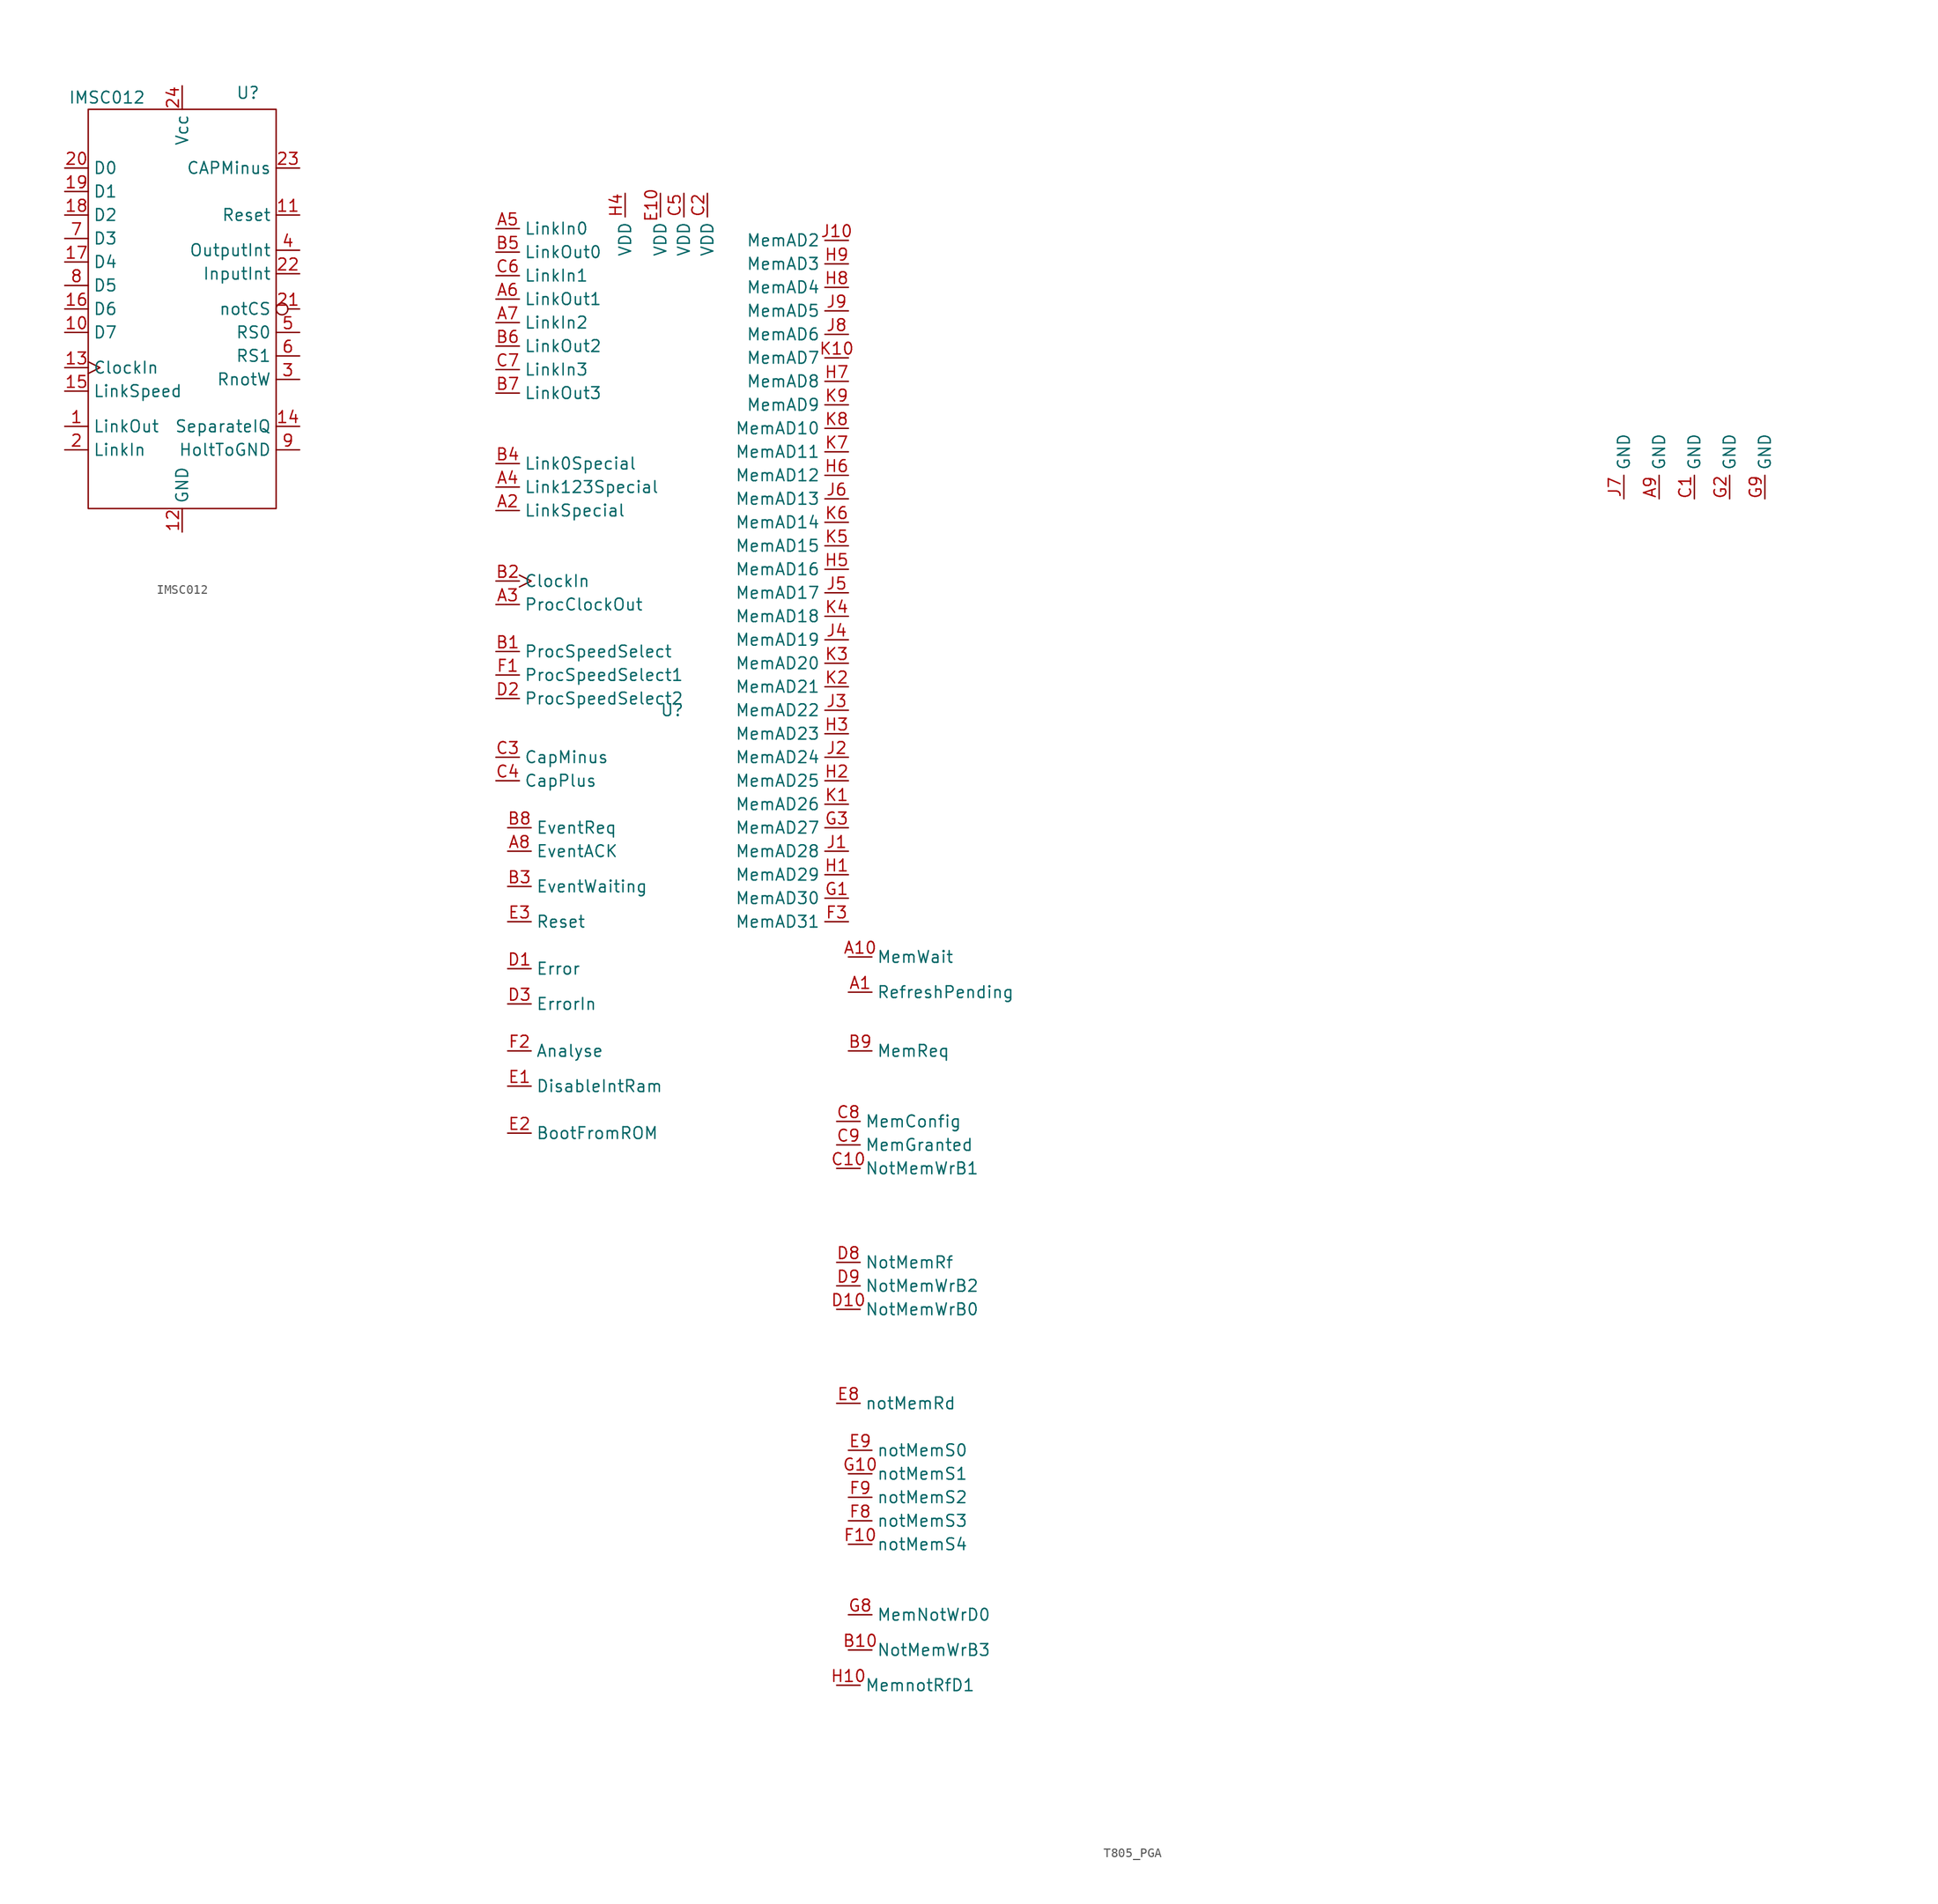
<source format=kicad_sym>
(kicad_symbol_lib
  (version 20241209)
  (generator "kicad_symbol_editor")
  (generator_version "9.0")
  (symbol "IMSC012"
    (property "Reference" "U"
      (at 7.112 23.368 0)
      (effects (font (size 1.27 1.27))))
    (property "Value" "IMSC012"
      (at -8.128 22.86 0)
      (effects (font (size 1.27 1.27))))
    (symbol "IMSC012_0_1"
      (rectangle (start -10.16 21.59) (end 10.16 -21.59) (stroke (width 0) (type default)) (fill (type none))))
    (symbol "IMSC012_1_1"
      (pin bidirectional line (at -12.7 15.24 0) (length 2.54) (name "D0" (effects (font (size 1.27 1.27)))) (number "20" (effects (font (size 1.27 1.27)))))
      (pin bidirectional line (at -12.7 12.7 0) (length 2.54) (name "D1" (effects (font (size 1.27 1.27)))) (number "19" (effects (font (size 1.27 1.27)))))
      (pin bidirectional line (at -12.7 10.16 0) (length 2.54) (name "D2" (effects (font (size 1.27 1.27)))) (number "18" (effects (font (size 1.27 1.27)))))
      (pin bidirectional line (at -12.7 7.62 0) (length 2.54) (name "D3" (effects (font (size 1.27 1.27)))) (number "7" (effects (font (size 1.27 1.27)))))
      (pin bidirectional line (at -12.7 5.08 0) (length 2.54) (name "D4" (effects (font (size 1.27 1.27)))) (number "17" (effects (font (size 1.27 1.27)))))
      (pin bidirectional line (at -12.7 2.54 0) (length 2.54) (name "D5" (effects (font (size 1.27 1.27)))) (number "8" (effects (font (size 1.27 1.27)))))
      (pin bidirectional line (at -12.7 0 0) (length 2.54) (name "D6" (effects (font (size 1.27 1.27)))) (number "16" (effects (font (size 1.27 1.27)))))
      (pin bidirectional line (at -12.7 -2.54 0) (length 2.54) (name "D7" (effects (font (size 1.27 1.27)))) (number "10" (effects (font (size 1.27 1.27)))))
      (pin input clock (at -12.7 -6.35 0) (length 2.54) (name "ClockIn" (effects (font (size 1.27 1.27)))) (number "13" (effects (font (size 1.27 1.27)))))
      (pin input line (at -12.7 -8.89 0) (length 2.54) (name "LinkSpeed" (effects (font (size 1.27 1.27)))) (number "15" (effects (font (size 1.27 1.27)))))
      (pin output line (at -12.7 -12.7 0) (length 2.54) (name "LinkOut" (effects (font (size 1.27 1.27)))) (number "1" (effects (font (size 1.27 1.27)))))
      (pin input line (at -12.7 -15.24 0) (length 2.54) (name "LinkIn" (effects (font (size 1.27 1.27)))) (number "2" (effects (font (size 1.27 1.27)))))
      (pin power_in line (at 0 24.13 270) (length 2.54) (name "Vcc" (effects (font (size 1.27 1.27)))) (number "24" (effects (font (size 1.27 1.27)))))
      (pin power_out line (at 0 -24.13 90) (length 2.54) (name "GND" (effects (font (size 1.27 1.27)))) (number "12" (effects (font (size 1.27 1.27)))))
      (pin passive line (at 12.7 15.24 180) (length 2.54) (name "CAPMinus" (effects (font (size 1.27 1.27)))) (number "23" (effects (font (size 1.27 1.27)))))
      (pin input line (at 12.7 10.16 180) (length 2.54) (name "Reset" (effects (font (size 1.27 1.27)))) (number "11" (effects (font (size 1.27 1.27)))))
      (pin output line (at 12.7 6.35 180) (length 2.54) (name "OutputInt" (effects (font (size 1.27 1.27)))) (number "4" (effects (font (size 1.27 1.27)))))
      (pin output line (at 12.7 3.81 180) (length 2.54) (name "InputInt" (effects (font (size 1.27 1.27)))) (number "22" (effects (font (size 1.27 1.27)))))
      (pin input inverted (at 12.7 0 180) (length 2.54) (name "notCS" (effects (font (size 1.27 1.27)))) (number "21" (effects (font (size 1.27 1.27)))))
      (pin input line (at 12.7 -2.54 180) (length 2.54) (name "RS0" (effects (font (size 1.27 1.27)))) (number "5" (effects (font (size 1.27 1.27)))))
      (pin input line (at 12.7 -5.08 180) (length 2.54) (name "RS1" (effects (font (size 1.27 1.27)))) (number "6" (effects (font (size 1.27 1.27)))))
      (pin input line (at 12.7 -7.62 180) (length 2.54) (name "RnotW" (effects (font (size 1.27 1.27)))) (number "3" (effects (font (size 1.27 1.27)))))
      (pin input line (at 12.7 -12.7 180) (length 2.54) (name "SeparateIQ" (effects (font (size 1.27 1.27)))) (number "14" (effects (font (size 1.27 1.27)))))
      (pin passive line (at 12.7 -15.24 180) (length 2.54) (name "HoltToGND" (effects (font (size 1.27 1.27)))) (number "9" (effects (font (size 1.27 1.27)))))))
  (symbol "T805_PGA"
    (property "Reference" "U"
      (at 0 0 0)
      (effects (font (size 1.27 1.27))))
    (property "Value" ""
      (at 0 0 0)
      (effects (font (size 1.27 1.27))))
    (symbol "T805_PGA_1_1"
      (pin input line (at -19.05 52.07 0) (length 2.54) (name "LinkIn0" (effects (font (size 1.27 1.27)))) (number "A5" (effects (font (size 1.27 1.27)))))
      (pin output line (at -19.05 49.53 0) (length 2.54) (name "LinkOut0" (effects (font (size 1.27 1.27)))) (number "B5" (effects (font (size 1.27 1.27)))))
      (pin input line (at -19.05 46.99 0) (length 2.54) (name "LinkIn1" (effects (font (size 1.27 1.27)))) (number "C6" (effects (font (size 1.27 1.27)))))
      (pin output line (at -19.05 44.45 0) (length 2.54) (name "LinkOut1" (effects (font (size 1.27 1.27)))) (number "A6" (effects (font (size 1.27 1.27)))))
      (pin input line (at -19.05 41.91 0) (length 2.54) (name "LinkIn2" (effects (font (size 1.27 1.27)))) (number "A7" (effects (font (size 1.27 1.27)))))
      (pin output line (at -19.05 39.37 0) (length 2.54) (name "LinkOut2" (effects (font (size 1.27 1.27)))) (number "B6" (effects (font (size 1.27 1.27)))))
      (pin input line (at -19.05 36.83 0) (length 2.54) (name "LinkIn3" (effects (font (size 1.27 1.27)))) (number "C7" (effects (font (size 1.27 1.27)))))
      (pin output line (at -19.05 34.29 0) (length 2.54) (name "LinkOut3" (effects (font (size 1.27 1.27)))) (number "B7" (effects (font (size 1.27 1.27)))))
      (pin input line (at -19.05 26.67 0) (length 2.54) (name "Link0Special" (effects (font (size 1.27 1.27)))) (number "B4" (effects (font (size 1.27 1.27)))))
      (pin input line (at -19.05 24.13 0) (length 2.54) (name "Link123Special" (effects (font (size 1.27 1.27)))) (number "A4" (effects (font (size 1.27 1.27)))))
      (pin input line (at -19.05 21.59 0) (length 2.54) (name "LinkSpecial" (effects (font (size 1.27 1.27)))) (number "A2" (effects (font (size 1.27 1.27)))))
      (pin input clock (at -19.05 13.97 0) (length 2.54) (name "ClockIn" (effects (font (size 1.27 1.27)))) (number "B2" (effects (font (size 1.27 1.27)))))
      (pin output line (at -19.05 11.43 0) (length 2.54) (name "ProcClockOut" (effects (font (size 1.27 1.27)))) (number "A3" (effects (font (size 1.27 1.27)))))
      (pin input line (at -19.05 6.35 0) (length 2.54) (name "ProcSpeedSelect" (effects (font (size 1.27 1.27)))) (number "B1" (effects (font (size 1.27 1.27)))))
      (pin input line (at -19.05 3.81 0) (length 2.54) (name "ProcSpeedSelect1" (effects (font (size 1.27 1.27)))) (number "F1" (effects (font (size 1.27 1.27)))))
      (pin input line (at -19.05 1.27 0) (length 2.54) (name "ProcSpeedSelect2" (effects (font (size 1.27 1.27)))) (number "D2" (effects (font (size 1.27 1.27)))))
      (pin passive line (at -19.05 -5.08 0) (length 2.54) (name "CapMinus" (effects (font (size 1.27 1.27)))) (number "C3" (effects (font (size 1.27 1.27)))))
      (pin passive line (at -19.05 -7.62 0) (length 2.54) (name "CapPlus" (effects (font (size 1.27 1.27)))) (number "C4" (effects (font (size 1.27 1.27)))))
      (pin input line (at -17.78 -12.7 0) (length 2.54) (name "EventReq" (effects (font (size 1.27 1.27)))) (number "B8" (effects (font (size 1.27 1.27)))))
      (pin output line (at -17.78 -15.24 0) (length 2.54) (name "EventACK" (effects (font (size 1.27 1.27)))) (number "A8" (effects (font (size 1.27 1.27)))))
      (pin output line (at -17.78 -19.05 0) (length 2.54) (name "EventWaiting" (effects (font (size 1.27 1.27)))) (number "B3" (effects (font (size 1.27 1.27)))))
      (pin input line (at -17.78 -22.86 0) (length 2.54) (name "Reset" (effects (font (size 1.27 1.27)))) (number "E3" (effects (font (size 1.27 1.27)))))
      (pin output line (at -17.78 -27.94 0) (length 2.54) (name "Error" (effects (font (size 1.27 1.27)))) (number "D1" (effects (font (size 1.27 1.27)))))
      (pin input line (at -17.78 -31.75 0) (length 2.54) (name "ErrorIn" (effects (font (size 1.27 1.27)))) (number "D3" (effects (font (size 1.27 1.27)))))
      (pin input line (at -17.78 -36.83 0) (length 2.54) (name "Analyse" (effects (font (size 1.27 1.27)))) (number "F2" (effects (font (size 1.27 1.27)))))
      (pin input line (at -17.78 -40.64 0) (length 2.54) (name "DisableIntRam" (effects (font (size 1.27 1.27)))) (number "E1" (effects (font (size 1.27 1.27)))))
      (pin input line (at -17.78 -45.72 0) (length 2.54) (name "BootFromROM" (effects (font (size 1.27 1.27)))) (number "E2" (effects (font (size 1.27 1.27)))))
      (pin power_in line (at -5.08 55.88 270) (length 2.54) (name "VDD" (effects (font (size 1.27 1.27)))) (number "H4" (effects (font (size 1.27 1.27)))))
      (pin power_in line (at -1.27 55.88 270) (length 2.54) (name "VDD" (effects (font (size 1.27 1.27)))) (number "E10" (effects (font (size 1.27 1.27)))))
      (pin power_in line (at 1.27 55.88 270) (length 2.54) (name "VDD" (effects (font (size 1.27 1.27)))) (number "C5" (effects (font (size 1.27 1.27)))))
      (pin power_in line (at 3.81 55.88 270) (length 2.54) (name "VDD" (effects (font (size 1.27 1.27)))) (number "C2" (effects (font (size 1.27 1.27)))))
      (pin input line (at 17.78 -44.45 0) (length 2.54) (name "MemConfig" (effects (font (size 1.27 1.27)))) (number "C8" (effects (font (size 1.27 1.27)))))
      (pin output line (at 17.78 -46.99 0) (length 2.54) (name "MemGranted" (effects (font (size 1.27 1.27)))) (number "C9" (effects (font (size 1.27 1.27)))))
      (pin output line (at 17.78 -49.53 0) (length 2.54) (name "NotMemWrB1" (effects (font (size 1.27 1.27)))) (number "C10" (effects (font (size 1.27 1.27)))))
      (pin output line (at 17.78 -59.69 0) (length 2.54) (name "NotMemRf" (effects (font (size 1.27 1.27)))) (number "D8" (effects (font (size 1.27 1.27)))))
      (pin output line (at 17.78 -62.23 0) (length 2.54) (name "NotMemWrB2" (effects (font (size 1.27 1.27)))) (number "D9" (effects (font (size 1.27 1.27)))))
      (pin output line (at 17.78 -64.77 0) (length 2.54) (name "NotMemWrB0" (effects (font (size 1.27 1.27)))) (number "D10" (effects (font (size 1.27 1.27)))))
      (pin input line (at 17.78 -74.93 0) (length 2.54) (name "notMemRd" (effects (font (size 1.27 1.27)))) (number "E8" (effects (font (size 1.27 1.27)))))
      (pin bidirectional line (at 17.78 -105.41 0) (length 2.54) (name "MemnotRfD1" (effects (font (size 1.27 1.27)))) (number "H10" (effects (font (size 1.27 1.27)))))
      (pin bidirectional line (at 19.05 50.8 180) (length 2.54) (name "MemAD2" (effects (font (size 1.27 1.27)))) (number "J10" (effects (font (size 1.27 1.27)))))
      (pin bidirectional line (at 19.05 48.26 180) (length 2.54) (name "MemAD3" (effects (font (size 1.27 1.27)))) (number "H9" (effects (font (size 1.27 1.27)))))
      (pin bidirectional line (at 19.05 45.72 180) (length 2.54) (name "MemAD4" (effects (font (size 1.27 1.27)))) (number "H8" (effects (font (size 1.27 1.27)))))
      (pin bidirectional line (at 19.05 43.18 180) (length 2.54) (name "MemAD5" (effects (font (size 1.27 1.27)))) (number "J9" (effects (font (size 1.27 1.27)))))
      (pin bidirectional line (at 19.05 40.64 180) (length 2.54) (name "MemAD6" (effects (font (size 1.27 1.27)))) (number "J8" (effects (font (size 1.27 1.27)))))
      (pin bidirectional line (at 19.05 38.1 180) (length 2.54) (name "MemAD7" (effects (font (size 1.27 1.27)))) (number "K10" (effects (font (size 1.27 1.27)))))
      (pin bidirectional line (at 19.05 35.56 180) (length 2.54) (name "MemAD8" (effects (font (size 1.27 1.27)))) (number "H7" (effects (font (size 1.27 1.27)))))
      (pin bidirectional line (at 19.05 33.02 180) (length 2.54) (name "MemAD9" (effects (font (size 1.27 1.27)))) (number "K9" (effects (font (size 1.27 1.27)))))
      (pin bidirectional line (at 19.05 30.48 180) (length 2.54) (name "MemAD10" (effects (font (size 1.27 1.27)))) (number "K8" (effects (font (size 1.27 1.27)))))
      (pin bidirectional line (at 19.05 27.94 180) (length 2.54) (name "MemAD11" (effects (font (size 1.27 1.27)))) (number "K7" (effects (font (size 1.27 1.27)))))
      (pin bidirectional line (at 19.05 25.4 180) (length 2.54) (name "MemAD12" (effects (font (size 1.27 1.27)))) (number "H6" (effects (font (size 1.27 1.27)))))
      (pin bidirectional line (at 19.05 22.86 180) (length 2.54) (name "MemAD13" (effects (font (size 1.27 1.27)))) (number "J6" (effects (font (size 1.27 1.27)))))
      (pin bidirectional line (at 19.05 20.32 180) (length 2.54) (name "MemAD14" (effects (font (size 1.27 1.27)))) (number "K6" (effects (font (size 1.27 1.27)))))
      (pin bidirectional line (at 19.05 17.78 180) (length 2.54) (name "MemAD15" (effects (font (size 1.27 1.27)))) (number "K5" (effects (font (size 1.27 1.27)))))
      (pin bidirectional line (at 19.05 15.24 180) (length 2.54) (name "MemAD16" (effects (font (size 1.27 1.27)))) (number "H5" (effects (font (size 1.27 1.27)))))
      (pin bidirectional line (at 19.05 12.7 180) (length 2.54) (name "MemAD17" (effects (font (size 1.27 1.27)))) (number "J5" (effects (font (size 1.27 1.27)))))
      (pin bidirectional line (at 19.05 10.16 180) (length 2.54) (name "MemAD18" (effects (font (size 1.27 1.27)))) (number "K4" (effects (font (size 1.27 1.27)))))
      (pin bidirectional line (at 19.05 7.62 180) (length 2.54) (name "MemAD19" (effects (font (size 1.27 1.27)))) (number "J4" (effects (font (size 1.27 1.27)))))
      (pin bidirectional line (at 19.05 5.08 180) (length 2.54) (name "MemAD20" (effects (font (size 1.27 1.27)))) (number "K3" (effects (font (size 1.27 1.27)))))
      (pin bidirectional line (at 19.05 2.54 180) (length 2.54) (name "MemAD21" (effects (font (size 1.27 1.27)))) (number "K2" (effects (font (size 1.27 1.27)))))
      (pin bidirectional line (at 19.05 0 180) (length 2.54) (name "MemAD22" (effects (font (size 1.27 1.27)))) (number "J3" (effects (font (size 1.27 1.27)))))
      (pin bidirectional line (at 19.05 -2.54 180) (length 2.54) (name "MemAD23" (effects (font (size 1.27 1.27)))) (number "H3" (effects (font (size 1.27 1.27)))))
      (pin bidirectional line (at 19.05 -5.08 180) (length 2.54) (name "MemAD24" (effects (font (size 1.27 1.27)))) (number "J2" (effects (font (size 1.27 1.27)))))
      (pin bidirectional line (at 19.05 -7.62 180) (length 2.54) (name "MemAD25" (effects (font (size 1.27 1.27)))) (number "H2" (effects (font (size 1.27 1.27)))))
      (pin bidirectional line (at 19.05 -10.16 180) (length 2.54) (name "MemAD26" (effects (font (size 1.27 1.27)))) (number "K1" (effects (font (size 1.27 1.27)))))
      (pin bidirectional line (at 19.05 -12.7 180) (length 2.54) (name "MemAD27" (effects (font (size 1.27 1.27)))) (number "G3" (effects (font (size 1.27 1.27)))))
      (pin bidirectional line (at 19.05 -15.24 180) (length 2.54) (name "MemAD28" (effects (font (size 1.27 1.27)))) (number "J1" (effects (font (size 1.27 1.27)))))
      (pin bidirectional line (at 19.05 -17.78 180) (length 2.54) (name "MemAD29" (effects (font (size 1.27 1.27)))) (number "H1" (effects (font (size 1.27 1.27)))))
      (pin bidirectional line (at 19.05 -20.32 180) (length 2.54) (name "MemAD30" (effects (font (size 1.27 1.27)))) (number "G1" (effects (font (size 1.27 1.27)))))
      (pin power_out line (at 19.05 -22.86 180) (length 2.54) (name "MemAD31" (effects (font (size 1.27 1.27)))) (number "F3" (effects (font (size 1.27 1.27)))))
      (pin input line (at 19.05 -26.67 0) (length 2.54) (name "MemWait" (effects (font (size 1.27 1.27)))) (number "A10" (effects (font (size 1.27 1.27)))))
      (pin input line (at 19.05 -30.48 0) (length 2.54) (name "RefreshPending" (effects (font (size 1.27 1.27)))) (number "A1" (effects (font (size 1.27 1.27)))))
      (pin input line (at 19.05 -36.83 0) (length 2.54) (name "MemReq" (effects (font (size 1.27 1.27)))) (number "B9" (effects (font (size 1.27 1.27)))))
      (pin output line (at 19.05 -80.01 0) (length 2.54) (name "notMemS0" (effects (font (size 1.27 1.27)))) (number "E9" (effects (font (size 1.27 1.27)))))
      (pin output line (at 19.05 -82.55 0) (length 2.54) (name "notMemS1" (effects (font (size 1.27 1.27)))) (number "G10" (effects (font (size 1.27 1.27)))))
      (pin output line (at 19.05 -85.09 0) (length 2.54) (name "notMemS2" (effects (font (size 1.27 1.27)))) (number "F9" (effects (font (size 1.27 1.27)))))
      (pin output line (at 19.05 -87.63 0) (length 2.54) (name "notMemS3" (effects (font (size 1.27 1.27)))) (number "F8" (effects (font (size 1.27 1.27)))))
      (pin output line (at 19.05 -90.17 0) (length 2.54) (name "notMemS4" (effects (font (size 1.27 1.27)))) (number "F10" (effects (font (size 1.27 1.27)))))
      (pin bidirectional line (at 19.05 -97.79 0) (length 2.54) (name "MemNotWrD0" (effects (font (size 1.27 1.27)))) (number "G8" (effects (font (size 1.27 1.27)))))
      (pin output line (at 19.05 -101.6 0) (length 2.54) (name "NotMemWrB3" (effects (font (size 1.27 1.27)))) (number "B10" (effects (font (size 1.27 1.27)))))
      (pin power_out line (at 102.87 22.86 90) (length 2.54) (name "GND" (effects (font (size 1.27 1.27)))) (number "J7" (effects (font (size 1.27 1.27)))))
      (pin power_out line (at 106.68 22.86 90) (length 2.54) (name "GND" (effects (font (size 1.27 1.27)))) (number "A9" (effects (font (size 1.27 1.27)))))
      (pin power_out line (at 110.49 22.86 90) (length 2.54) (name "GND" (effects (font (size 1.27 1.27)))) (number "C1" (effects (font (size 1.27 1.27)))))
      (pin power_out line (at 114.3 22.86 90) (length 2.54) (name "GND" (effects (font (size 1.27 1.27)))) (number "G2" (effects (font (size 1.27 1.27)))))
      (pin power_out line (at 118.11 22.86 90) (length 2.54) (name "GND" (effects (font (size 1.27 1.27)))) (number "G9" (effects (font (size 1.27 1.27))))))))
</source>
